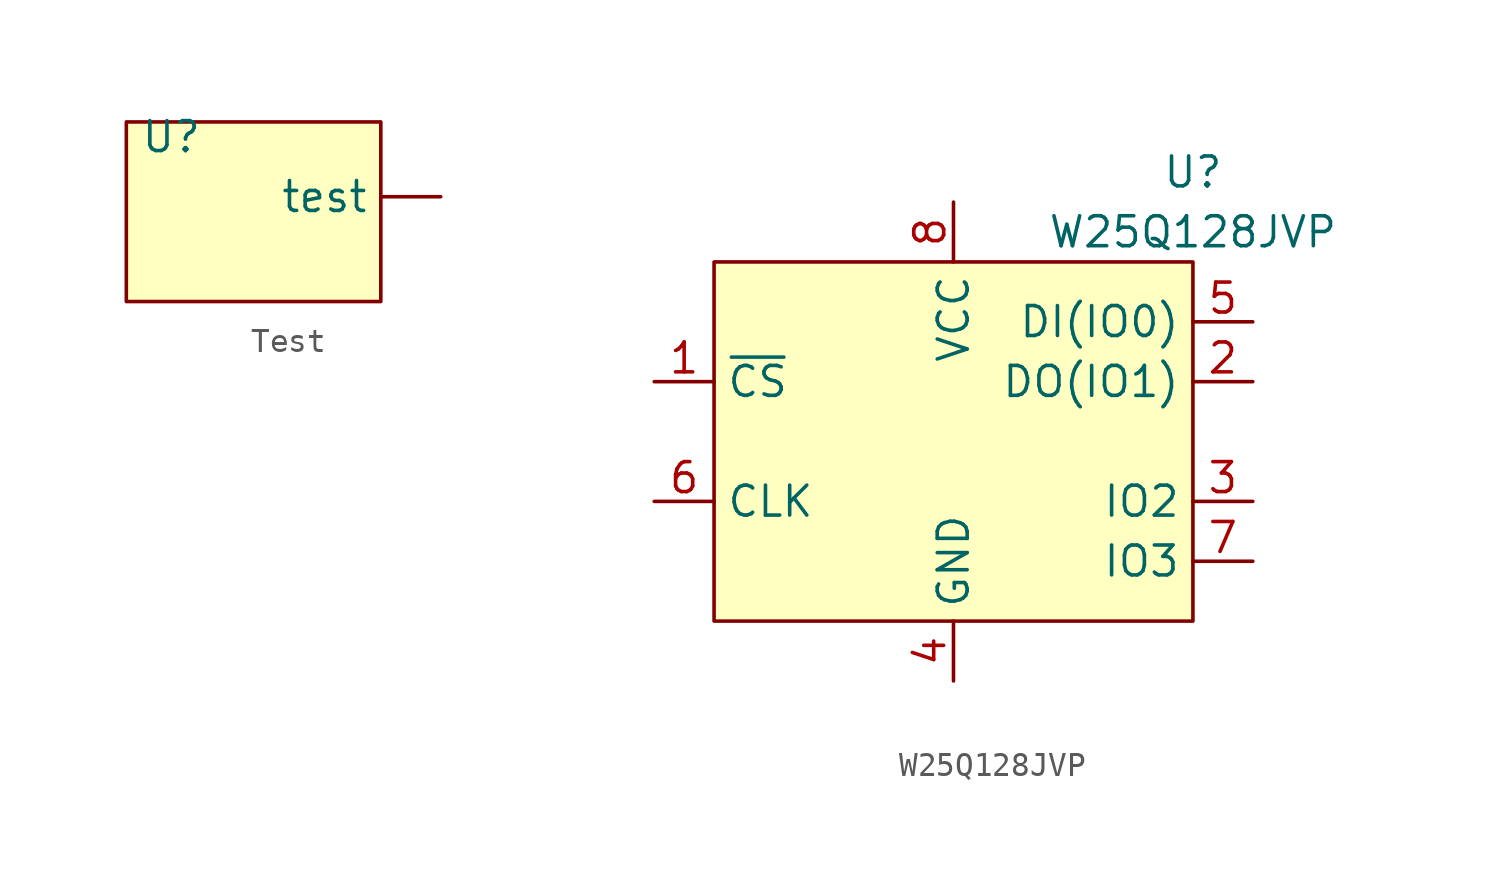
<source format=kicad_sym>
(kicad_symbol_lib
  (version 20220914)
  (generator kicad_symbol_editor)
  (symbol "Test"
    (property "Reference" "U"
      (at 0 0 0)
      (effects (font (size 1.27 1.27))))
    (property "Value" ""
      (at 0 0 0)
      (effects (font (size 1.27 1.27))))
    (symbol "Test_1_1"
      (rectangle (start -1.905 0.635) (end 8.89 -6.985) (stroke (width 0) (type default)) (fill (type background)))
      (pin power_in line (at 11.43 -2.54 180) (length 2.54) (name "test" (effects (font (size 1.27 1.27)))) (number "" (effects (font (size 1.27 1.27)))))))
  (symbol "W25Q128JVP"
    (property "Reference" "U"
      (at 10.16 11.43 0)
      (do_not_autoplace)
      (effects (font (size 1.27 1.27))))
    (property "Value" "W25Q128JVP"
      (at 10.16 8.89 0)
      (do_not_autoplace)
      (effects (font (size 1.27 1.27))))
    (symbol "W25Q128JVP_1_1"
      (rectangle (start -10.16 7.62) (end 10.16 -7.62) (stroke (width 0) (type default)) (fill (type background)))
      (pin input line (at -12.7 2.54 0) (length 2.54) (name "~{CS}" (effects (font (size 1.27 1.27)))) (number "1" (effects (font (size 1.27 1.27)))))
      (pin bidirectional line (at 12.7 2.54 180) (length 2.54) (name "DO(IO1)" (effects (font (size 1.27 1.27)))) (number "2" (effects (font (size 1.27 1.27)))))
      (pin bidirectional line (at 12.7 -2.54 180) (length 2.54) (name "IO2" (effects (font (size 1.27 1.27)))) (number "3" (effects (font (size 1.27 1.27)))))
      (pin power_in line (at 0 -10.16 90) (length 2.54) (name "GND" (effects (font (size 1.27 1.27)))) (number "4" (effects (font (size 1.27 1.27)))))
      (pin bidirectional line (at 12.7 5.08 180) (length 2.54) (name "DI(IO0)" (effects (font (size 1.27 1.27)))) (number "5" (effects (font (size 1.27 1.27)))))
      (pin input line (at -12.7 -2.54 0) (length 2.54) (name "CLK" (effects (font (size 1.27 1.27)))) (number "6" (effects (font (size 1.27 1.27)))))
      (pin bidirectional line (at 12.7 -5.08 180) (length 2.54) (name "IO3" (effects (font (size 1.27 1.27)))) (number "7" (effects (font (size 1.27 1.27)))))
      (pin power_in line (at 0 10.16 270) (length 2.54) (name "VCC" (effects (font (size 1.27 1.27)))) (number "8" (effects (font (size 1.27 1.27))))))))
</source>
